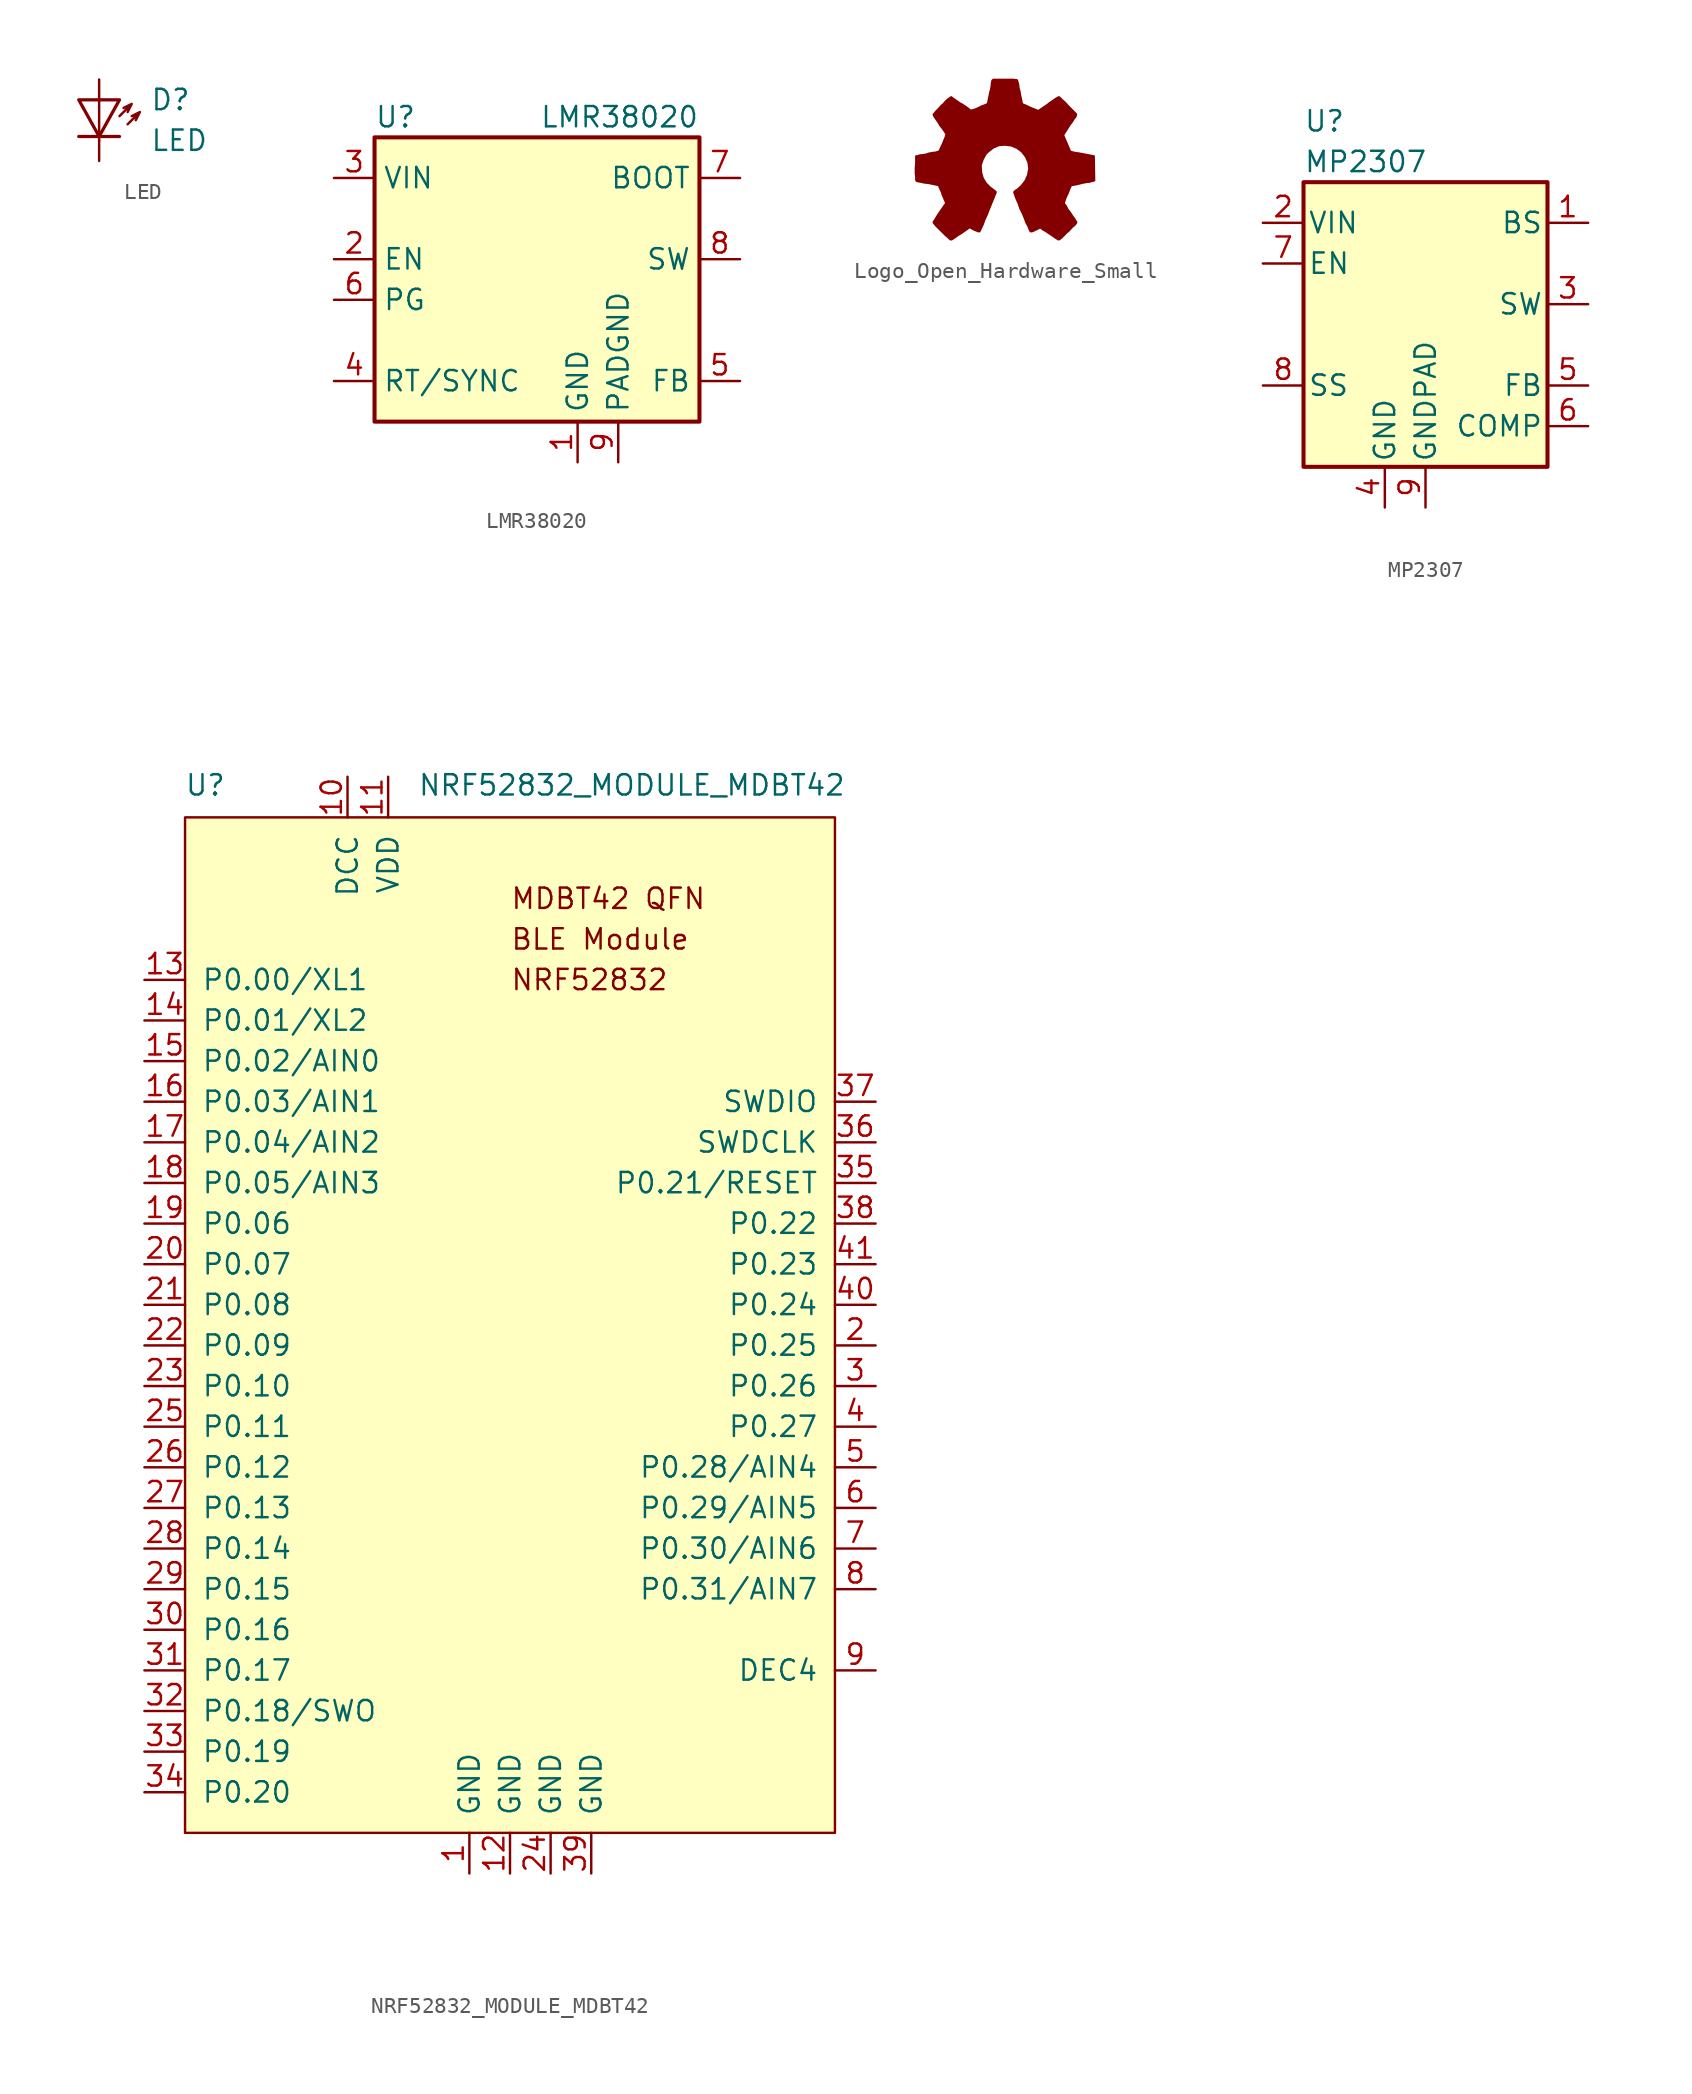
<source format=kicad_sym>
(kicad_symbol_lib
  (version 20220914)
  (generator kicad_symbol_editor)
  (symbol "LED"
    (pin_numbers hide)
    (pin_names
      (offset 1.016) hide)
    (property "Reference" "D"
      (at 3.175 1.27 0)
      (effects (font (size 1.27 1.27)) (justify left)))
    (property "Value" "LED"
      (at 3.175 -1.27 0)
      (effects (font (size 1.27 1.27)) (justify left)))
    (symbol "LED_0_1"
      (polyline (pts (xy 0 -1.27) (xy 0 1.27)) (stroke (width 0) (type default)) (fill (type none)))
      (polyline (pts (xy 1.27 -1.016) (xy -1.27 -1.016)) (stroke (width 0.203) (type default)) (fill (type none)))
      (polyline (pts (xy 1.27 1.27) (xy -1.27 1.27) (xy 0 -1.016) (xy 1.27 1.27)) (stroke (width 0.203) (type default)) (fill (type none)))
      (polyline (pts (xy 1.778 -0.254) (xy 2.54 0.508) (xy 2.032 0.254) (xy 2.54 0.508) (xy 2.286 0)) (stroke (width 0) (type default)) (fill (type none)))
      (polyline (pts (xy 1.27 0.254) (xy 1.524 0.508) (xy 2.032 1.016) (xy 1.524 0.762) (xy 2.032 1.016) (xy 1.778 0.508)) (stroke (width 0) (type default)) (fill (type none))))
    (symbol "LED_1_1"
      (pin passive line (at 0 -2.54 90) (length 1.27) (name "K" (effects (font (size 1.27 1.27)))) (number "1" (effects (font (size 1.27 1.27)))))
      (pin passive line (at 0 2.54 270) (length 1.27) (name "A" (effects (font (size 1.27 1.27)))) (number "2" (effects (font (size 1.27 1.27)))))))
  (symbol "LMR38020"
    (property "Reference" "U"
      (at -10.16 8.89 0)
      (effects (font (size 1.27 1.27)) (justify left)))
    (property "Value" "LMR38020"
      (at 10.16 8.89 0)
      (effects (font (size 1.27 1.27)) (justify right)))
    (symbol "LMR38020_0_1"
      (rectangle (start -10.16 7.62) (end 10.16 -10.16) (stroke (width 0.254) (type default)) (fill (type background))))
    (symbol "LMR38020_1_1"
      (pin power_in line (at 2.54 -12.7 90) (length 2.54) (name "GND" (effects (font (size 1.27 1.27)))) (number "1" (effects (font (size 1.27 1.27)))))
      (pin input line (at -12.7 0 0) (length 2.54) (name "EN" (effects (font (size 1.27 1.27)))) (number "2" (effects (font (size 1.27 1.27)))))
      (pin power_in line (at -12.7 5.08 0) (length 2.54) (name "VIN" (effects (font (size 1.27 1.27)))) (number "3" (effects (font (size 1.27 1.27)))))
      (pin input line (at -12.7 -7.62 0) (length 2.54) (name "RT/SYNC" (effects (font (size 1.27 1.27)))) (number "4" (effects (font (size 1.27 1.27)))))
      (pin input line (at 12.7 -7.62 180) (length 2.54) (name "FB" (effects (font (size 1.27 1.27)))) (number "5" (effects (font (size 1.27 1.27)))))
      (pin output line (at -12.7 -2.54 0) (length 2.54) (name "PG" (effects (font (size 1.27 1.27)))) (number "6" (effects (font (size 1.27 1.27)))))
      (pin input line (at 12.7 5.08 180) (length 2.54) (name "BOOT" (effects (font (size 1.27 1.27)))) (number "7" (effects (font (size 1.27 1.27)))))
      (pin power_out line (at 12.7 0 180) (length 2.54) (name "SW" (effects (font (size 1.27 1.27)))) (number "8" (effects (font (size 1.27 1.27)))))
      (pin power_in line (at 5.08 -12.7 90) (length 2.54) (name "PADGND" (effects (font (size 1.27 1.27)))) (number "9" (effects (font (size 1.27 1.27)))))))
  (symbol "Logo_Open_Hardware_Small"
    (pin_names
      (offset 1.016))
    (property "Reference" "#LOGO"
      (at 0 6.985 0)
      (effects (font (size 1.27 1.27)) hide))
    (symbol "Logo_Open_Hardware_Small_0_1"
      (polyline (pts (xy 3.353 -4.343) (xy 3.302 -4.318) (xy 3.175 -4.242) (xy 2.997 -4.115) (xy 2.769 -3.962) (xy 2.54 -3.81) (xy 2.362 -3.708) (xy 2.235 -3.607) (xy 2.184 -3.581) (xy 2.159 -3.607) (xy 2.057 -3.658) (xy 1.905 -3.734) (xy 1.803 -3.785) (xy 1.676 -3.835) (xy 1.6 -3.835) (xy 1.6 -3.835) (xy 1.549 -3.734) (xy 1.473 -3.531) (xy 1.346 -3.302) (xy 1.245 -3.023) (xy 1.118 -2.718) (xy 0.965 -2.413) (xy 0.864 -2.108) (xy 0.737 -1.829) (xy 0.66 -1.626) (xy 0.61 -1.473) (xy 0.584 -1.397) (xy 0.584 -1.397) (xy 0.66 -1.321) (xy 0.787 -1.245) (xy 1.041 -1.016) (xy 1.295 -0.686) (xy 1.448 -0.33) (xy 1.524 0.076) (xy 1.473 0.457) (xy 1.321 0.813) (xy 1.067 1.143) (xy 0.762 1.372) (xy 0.406 1.524) (xy 0 1.575) (xy -0.381 1.549) (xy -0.737 1.397) (xy -1.067 1.143) (xy -1.219 0.991) (xy -1.397 0.66) (xy -1.524 0.305) (xy -1.524 0.229) (xy -1.499 -0.178) (xy -1.397 -0.533) (xy -1.194 -0.864) (xy -0.914 -1.143) (xy -0.864 -1.168) (xy -0.737 -1.27) (xy -0.635 -1.346) (xy -0.584 -1.397) (xy -1.067 -2.591) (xy -1.143 -2.794) (xy -1.295 -3.124) (xy -1.397 -3.404) (xy -1.499 -3.632) (xy -1.575 -3.785) (xy -1.6 -3.835) (xy -1.6 -3.835) (xy -1.651 -3.835) (xy -1.727 -3.81) (xy -1.905 -3.734) (xy -2.007 -3.683) (xy -2.134 -3.607) (xy -2.21 -3.581) (xy -2.261 -3.607) (xy -2.362 -3.683) (xy -2.54 -3.81) (xy -2.769 -3.962) (xy -2.972 -4.089) (xy -3.15 -4.216) (xy -3.302 -4.318) (xy -3.353 -4.343) (xy -3.378 -4.343) (xy -3.429 -4.318) (xy -3.531 -4.216) (xy -3.708 -4.064) (xy -3.937 -3.835) (xy -3.962 -3.81) (xy -4.166 -3.607) (xy -4.318 -3.454) (xy -4.42 -3.327) (xy -4.445 -3.277) (xy -4.445 -3.277) (xy -4.42 -3.226) (xy -4.318 -3.073) (xy -4.216 -2.896) (xy -4.064 -2.667) (xy -3.658 -2.083) (xy -3.886 -1.549) (xy -3.937 -1.372) (xy -4.039 -1.168) (xy -4.089 -1.041) (xy -4.115 -0.965) (xy -4.191 -0.94) (xy -4.318 -0.914) (xy -4.547 -0.864) (xy -4.801 -0.813) (xy -5.055 -0.787) (xy -5.258 -0.737) (xy -5.436 -0.711) (xy -5.512 -0.686) (xy -5.512 -0.686) (xy -5.537 -0.635) (xy -5.537 -0.559) (xy -5.537 -0.432) (xy -5.563 -0.229) (xy -5.563 0.076) (xy -5.563 0.127) (xy -5.537 0.406) (xy -5.537 0.635) (xy -5.537 0.762) (xy -5.537 0.838) (xy -5.537 0.838) (xy -5.461 0.838) (xy -5.309 0.889) (xy -5.08 0.914) (xy -4.826 0.965) (xy -4.801 0.991) (xy -4.547 1.041) (xy -4.318 1.067) (xy -4.166 1.118) (xy -4.089 1.143) (xy -4.089 1.143) (xy -4.039 1.245) (xy -3.962 1.422) (xy -3.861 1.626) (xy -3.785 1.829) (xy -3.708 2.007) (xy -3.658 2.159) (xy -3.632 2.21) (xy -3.632 2.21) (xy -3.683 2.286) (xy -3.759 2.413) (xy -3.886 2.591) (xy -4.064 2.819) (xy -4.064 2.845) (xy -4.216 3.073) (xy -4.343 3.251) (xy -4.42 3.378) (xy -4.445 3.454) (xy -4.445 3.454) (xy -4.394 3.505) (xy -4.293 3.632) (xy -4.115 3.81) (xy -3.937 4.013) (xy -3.861 4.064) (xy -3.658 4.293) (xy -3.505 4.42) (xy -3.404 4.496) (xy -3.353 4.521) (xy -3.353 4.521) (xy -3.302 4.47) (xy -3.15 4.369) (xy -2.972 4.242) (xy -2.743 4.089) (xy -2.718 4.089) (xy -2.489 3.937) (xy -2.311 3.81) (xy -2.184 3.708) (xy -2.134 3.683) (xy -2.108 3.683) (xy -2.032 3.708) (xy -1.854 3.759) (xy -1.676 3.835) (xy -1.473 3.937) (xy -1.27 4.013) (xy -1.143 4.064) (xy -1.067 4.115) (xy -1.067 4.115) (xy -1.041 4.191) (xy -1.016 4.343) (xy -0.965 4.572) (xy -0.914 4.851) (xy -0.889 4.902) (xy -0.838 5.156) (xy -0.813 5.385) (xy -0.787 5.537) (xy -0.762 5.588) (xy -0.711 5.613) (xy -0.584 5.613) (xy -0.406 5.613) (xy -0.152 5.613) (xy 0.076 5.613) (xy 0.33 5.613) (xy 0.533 5.613) (xy 0.686 5.588) (xy 0.737 5.588) (xy 0.737 5.588) (xy 0.762 5.512) (xy 0.813 5.334) (xy 0.838 5.105) (xy 0.914 4.826) (xy 0.914 4.775) (xy 0.965 4.521) (xy 1.016 4.293) (xy 1.041 4.14) (xy 1.067 4.089) (xy 1.067 4.089) (xy 1.194 4.039) (xy 1.372 3.962) (xy 1.575 3.861) (xy 2.083 3.658) (xy 2.718 4.089) (xy 2.769 4.14) (xy 2.997 4.293) (xy 3.175 4.42) (xy 3.302 4.496) (xy 3.378 4.521) (xy 3.378 4.521) (xy 3.429 4.47) (xy 3.556 4.343) (xy 3.734 4.191) (xy 3.912 3.988) (xy 4.064 3.835) (xy 4.242 3.658) (xy 4.343 3.556) (xy 4.42 3.48) (xy 4.42 3.429) (xy 4.42 3.404) (xy 4.394 3.327) (xy 4.293 3.2) (xy 4.166 2.997) (xy 4.013 2.794) (xy 3.886 2.591) (xy 3.759 2.388) (xy 3.658 2.235) (xy 3.632 2.159) (xy 3.632 2.134) (xy 3.683 2.007) (xy 3.759 1.829) (xy 3.861 1.6) (xy 4.064 1.118) (xy 4.394 1.041) (xy 4.597 1.016) (xy 4.877 0.965) (xy 5.131 0.914) (xy 5.537 0.838) (xy 5.563 -0.66) (xy 5.486 -0.686) (xy 5.436 -0.686) (xy 5.283 -0.737) (xy 5.055 -0.762) (xy 4.801 -0.813) (xy 4.597 -0.864) (xy 4.369 -0.914) (xy 4.216 -0.94) (xy 4.14 -0.94) (xy 4.115 -0.965) (xy 4.064 -1.067) (xy 3.988 -1.245) (xy 3.912 -1.448) (xy 3.81 -1.651) (xy 3.734 -1.854) (xy 3.683 -2.007) (xy 3.658 -2.083) (xy 3.683 -2.134) (xy 3.785 -2.261) (xy 3.886 -2.464) (xy 4.039 -2.667) (xy 4.191 -2.896) (xy 4.318 -3.073) (xy 4.394 -3.2) (xy 4.445 -3.277) (xy 4.42 -3.327) (xy 4.343 -3.429) (xy 4.166 -3.581) (xy 3.937 -3.835) (xy 3.886 -3.861) (xy 3.683 -4.064) (xy 3.531 -4.216) (xy 3.404 -4.318) (xy 3.353 -4.343)) (stroke (width 0) (type default)) (fill (type outline)))))
  (symbol "MP2307"
    (pin_names
      (offset 0.254))
    (property "Reference" "U"
      (at -7.62 11.43 0)
      (effects (font (size 1.27 1.27)) (justify left)))
    (property "Value" "MP2307"
      (at -7.62 8.89 0)
      (effects (font (size 1.27 1.27)) (justify left)))
    (symbol "MP2307_0_1"
      (rectangle (start -7.62 7.62) (end 7.62 -10.16) (stroke (width 0.254) (type default)) (fill (type background))))
    (symbol "MP2307_1_1"
      (pin input line (at 10.16 5.08 180) (length 2.54) (name "BS" (effects (font (size 1.27 1.27)))) (number "1" (effects (font (size 1.27 1.27)))))
      (pin power_in line (at -10.16 5.08 0) (length 2.54) (name "VIN" (effects (font (size 1.27 1.27)))) (number "2" (effects (font (size 1.27 1.27)))))
      (pin output line (at 10.16 0 180) (length 2.54) (name "SW" (effects (font (size 1.27 1.27)))) (number "3" (effects (font (size 1.27 1.27)))))
      (pin power_in line (at -2.54 -12.7 90) (length 2.54) (name "GND" (effects (font (size 1.27 1.27)))) (number "4" (effects (font (size 1.27 1.27)))))
      (pin input line (at 10.16 -5.08 180) (length 2.54) (name "FB" (effects (font (size 1.27 1.27)))) (number "5" (effects (font (size 1.27 1.27)))))
      (pin passive line (at 10.16 -7.62 180) (length 2.54) (name "COMP" (effects (font (size 1.27 1.27)))) (number "6" (effects (font (size 1.27 1.27)))))
      (pin input line (at -10.16 2.54 0) (length 2.54) (name "EN" (effects (font (size 1.27 1.27)))) (number "7" (effects (font (size 1.27 1.27)))))
      (pin input line (at -10.16 -5.08 0) (length 2.54) (name "SS" (effects (font (size 1.27 1.27)))) (number "8" (effects (font (size 1.27 1.27)))))
      (pin power_in line (at 0 -12.7 90) (length 2.54) (name "GNDPAD" (effects (font (size 1.27 1.27)))) (number "9" (effects (font (size 1.27 1.27)))))))
  (symbol "NRF52832_MODULE_MDBT42"
    (pin_names
      (offset 1.016))
    (property "Reference" "U"
      (at -19.05 26.67 0)
      (effects (font (size 1.27 1.27)) (justify bottom)))
    (property "Value" "NRF52832_MODULE_MDBT42"
      (at 7.62 26.67 0)
      (effects (font (size 1.27 1.27)) (justify bottom)))
    (symbol "NRF52832_MODULE_MDBT42_0_0"
      (text "BLE Module" (at 0 17.78 0) (effects (font (size 1.27 1.27)) (justify left)))
      (text "NRF52832" (at 0 15.24 0) (effects (font (size 1.27 1.27)) (justify left))))
    (symbol "NRF52832_MODULE_MDBT42_1_0"
      (rectangle (start -20.32 25.4) (end 20.32 -38.1) (stroke (width 0) (type default)) (fill (type background)))
      (text "MDBT42 QFN" (at 0 20.32 0) (effects (font (size 1.27 1.27)) (justify left)))
      (pin power_out line (at -2.54 -40.64 90) (length 2.54) (name "GND" (effects (font (size 1.27 1.27)))) (number "1" (effects (font (size 1.27 1.27)))))
      (pin power_in line (at -10.16 27.94 270) (length 2.54) (name "DCC" (effects (font (size 1.27 1.27)))) (number "10" (effects (font (size 1.27 1.27)))))
      (pin power_in line (at -7.62 27.94 270) (length 2.54) (name "VDD" (effects (font (size 1.27 1.27)))) (number "11" (effects (font (size 1.27 1.27)))))
      (pin power_out line (at 0 -40.64 90) (length 2.54) (name "GND" (effects (font (size 1.27 1.27)))) (number "12" (effects (font (size 1.27 1.27)))))
      (pin unspecified line (at -22.86 15.24 0) (length 2.54) (name "P0.00/XL1" (effects (font (size 1.27 1.27)))) (number "13" (effects (font (size 1.27 1.27)))))
      (pin unspecified line (at -22.86 12.7 0) (length 2.54) (name "P0.01/XL2" (effects (font (size 1.27 1.27)))) (number "14" (effects (font (size 1.27 1.27)))))
      (pin unspecified line (at -22.86 10.16 0) (length 2.54) (name "P0.02/AIN0" (effects (font (size 1.27 1.27)))) (number "15" (effects (font (size 1.27 1.27)))))
      (pin unspecified line (at -22.86 7.62 0) (length 2.54) (name "P0.03/AIN1" (effects (font (size 1.27 1.27)))) (number "16" (effects (font (size 1.27 1.27)))))
      (pin unspecified line (at -22.86 5.08 0) (length 2.54) (name "P0.04/AIN2" (effects (font (size 1.27 1.27)))) (number "17" (effects (font (size 1.27 1.27)))))
      (pin unspecified line (at -22.86 2.54 0) (length 2.54) (name "P0.05/AIN3" (effects (font (size 1.27 1.27)))) (number "18" (effects (font (size 1.27 1.27)))))
      (pin unspecified line (at -22.86 0 0) (length 2.54) (name "P0.06" (effects (font (size 1.27 1.27)))) (number "19" (effects (font (size 1.27 1.27)))))
      (pin tri_state line (at 22.86 -7.62 180) (length 2.54) (name "P0.25" (effects (font (size 1.27 1.27)))) (number "2" (effects (font (size 1.27 1.27)))))
      (pin unspecified line (at -22.86 -2.54 0) (length 2.54) (name "P0.07" (effects (font (size 1.27 1.27)))) (number "20" (effects (font (size 1.27 1.27)))))
      (pin unspecified line (at -22.86 -5.08 0) (length 2.54) (name "P0.08" (effects (font (size 1.27 1.27)))) (number "21" (effects (font (size 1.27 1.27)))))
      (pin unspecified line (at -22.86 -7.62 0) (length 2.54) (name "P0.09" (effects (font (size 1.27 1.27)))) (number "22" (effects (font (size 1.27 1.27)))))
      (pin unspecified line (at -22.86 -10.16 0) (length 2.54) (name "P0.10" (effects (font (size 1.27 1.27)))) (number "23" (effects (font (size 1.27 1.27)))))
      (pin power_out line (at 2.54 -40.64 90) (length 2.54) (name "GND" (effects (font (size 1.27 1.27)))) (number "24" (effects (font (size 1.27 1.27)))))
      (pin unspecified line (at -22.86 -12.7 0) (length 2.54) (name "P0.11" (effects (font (size 1.27 1.27)))) (number "25" (effects (font (size 1.27 1.27)))))
      (pin unspecified line (at -22.86 -15.24 0) (length 2.54) (name "P0.12" (effects (font (size 1.27 1.27)))) (number "26" (effects (font (size 1.27 1.27)))))
      (pin unspecified line (at -22.86 -17.78 0) (length 2.54) (name "P0.13" (effects (font (size 1.27 1.27)))) (number "27" (effects (font (size 1.27 1.27)))))
      (pin unspecified line (at -22.86 -20.32 0) (length 2.54) (name "P0.14" (effects (font (size 1.27 1.27)))) (number "28" (effects (font (size 1.27 1.27)))))
      (pin unspecified line (at -22.86 -22.86 0) (length 2.54) (name "P0.15" (effects (font (size 1.27 1.27)))) (number "29" (effects (font (size 1.27 1.27)))))
      (pin tri_state line (at 22.86 -10.16 180) (length 2.54) (name "P0.26" (effects (font (size 1.27 1.27)))) (number "3" (effects (font (size 1.27 1.27)))))
      (pin unspecified line (at -22.86 -25.4 0) (length 2.54) (name "P0.16" (effects (font (size 1.27 1.27)))) (number "30" (effects (font (size 1.27 1.27)))))
      (pin unspecified line (at -22.86 -27.94 0) (length 2.54) (name "P0.17" (effects (font (size 1.27 1.27)))) (number "31" (effects (font (size 1.27 1.27)))))
      (pin unspecified line (at -22.86 -30.48 0) (length 2.54) (name "P0.18/SWO" (effects (font (size 1.27 1.27)))) (number "32" (effects (font (size 1.27 1.27)))))
      (pin unspecified line (at -22.86 -33.02 0) (length 2.54) (name "P0.19" (effects (font (size 1.27 1.27)))) (number "33" (effects (font (size 1.27 1.27)))))
      (pin unspecified line (at -22.86 -35.56 0) (length 2.54) (name "P0.20" (effects (font (size 1.27 1.27)))) (number "34" (effects (font (size 1.27 1.27)))))
      (pin unspecified line (at 22.86 2.54 180) (length 2.54) (name "P0.21/RESET" (effects (font (size 1.27 1.27)))) (number "35" (effects (font (size 1.27 1.27)))))
      (pin unspecified line (at 22.86 5.08 180) (length 2.54) (name "SWDCLK" (effects (font (size 1.27 1.27)))) (number "36" (effects (font (size 1.27 1.27)))))
      (pin unspecified line (at 22.86 7.62 180) (length 2.54) (name "SWDIO" (effects (font (size 1.27 1.27)))) (number "37" (effects (font (size 1.27 1.27)))))
      (pin unspecified line (at 22.86 0 180) (length 2.54) (name "P0.22" (effects (font (size 1.27 1.27)))) (number "38" (effects (font (size 1.27 1.27)))))
      (pin power_out line (at 5.08 -40.64 90) (length 2.54) (name "GND" (effects (font (size 1.27 1.27)))) (number "39" (effects (font (size 1.27 1.27)))))
      (pin tri_state line (at 22.86 -12.7 180) (length 2.54) (name "P0.27" (effects (font (size 1.27 1.27)))) (number "4" (effects (font (size 1.27 1.27)))))
      (pin unspecified line (at 22.86 -5.08 180) (length 2.54) (name "P0.24" (effects (font (size 1.27 1.27)))) (number "40" (effects (font (size 1.27 1.27)))))
      (pin unspecified line (at 22.86 -2.54 180) (length 2.54) (name "P0.23" (effects (font (size 1.27 1.27)))) (number "41" (effects (font (size 1.27 1.27)))))
      (pin tri_state line (at 22.86 -15.24 180) (length 2.54) (name "P0.28/AIN4" (effects (font (size 1.27 1.27)))) (number "5" (effects (font (size 1.27 1.27)))))
      (pin unspecified line (at 22.86 -17.78 180) (length 2.54) (name "P0.29/AIN5" (effects (font (size 1.27 1.27)))) (number "6" (effects (font (size 1.27 1.27)))))
      (pin unspecified line (at 22.86 -20.32 180) (length 2.54) (name "P0.30/AIN6" (effects (font (size 1.27 1.27)))) (number "7" (effects (font (size 1.27 1.27)))))
      (pin unspecified line (at 22.86 -22.86 180) (length 2.54) (name "P0.31/AIN7" (effects (font (size 1.27 1.27)))) (number "8" (effects (font (size 1.27 1.27)))))
      (pin unspecified line (at 22.86 -27.94 180) (length 2.54) (name "DEC4" (effects (font (size 1.27 1.27)))) (number "9" (effects (font (size 1.27 1.27))))))))
</source>
